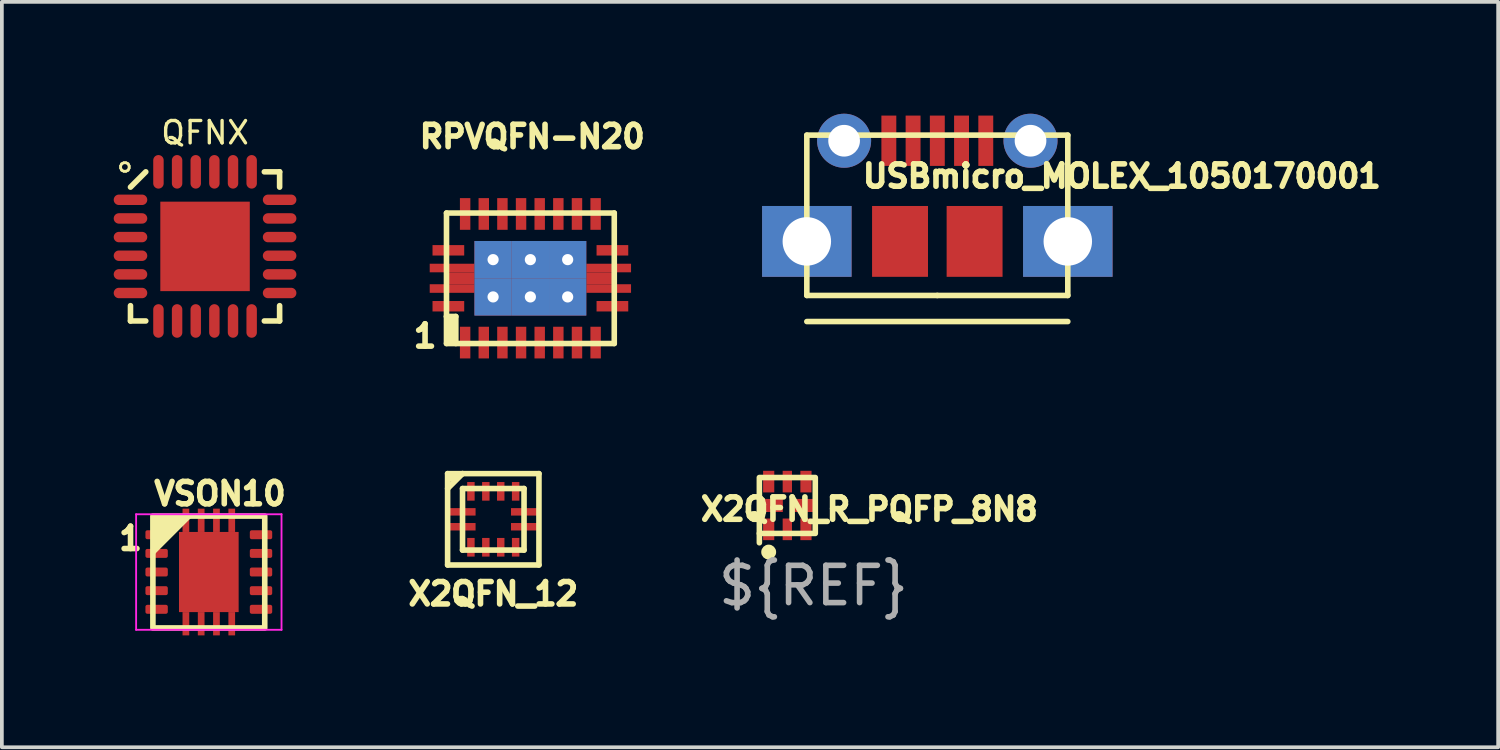
<source format=kicad_pcb>
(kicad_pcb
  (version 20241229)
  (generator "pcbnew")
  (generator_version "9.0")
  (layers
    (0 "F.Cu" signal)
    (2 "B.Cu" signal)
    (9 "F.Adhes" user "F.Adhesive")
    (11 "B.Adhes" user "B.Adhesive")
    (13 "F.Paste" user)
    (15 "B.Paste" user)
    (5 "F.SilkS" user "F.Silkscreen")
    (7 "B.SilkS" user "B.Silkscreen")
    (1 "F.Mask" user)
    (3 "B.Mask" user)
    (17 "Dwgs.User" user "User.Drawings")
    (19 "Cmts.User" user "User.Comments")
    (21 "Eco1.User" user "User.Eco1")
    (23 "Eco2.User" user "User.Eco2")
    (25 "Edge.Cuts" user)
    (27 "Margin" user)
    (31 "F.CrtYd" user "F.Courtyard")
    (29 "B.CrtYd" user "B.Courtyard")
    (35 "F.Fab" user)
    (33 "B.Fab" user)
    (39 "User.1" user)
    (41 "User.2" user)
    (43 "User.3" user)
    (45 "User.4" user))
  (footprint "X2QFN_R_PQFP_8N8"
    (layer "F.Cu")
    (at 18.068 10.508)
    (property "Reference" "X2QFN_R_PQFP_8N8" (at 2.2 0.1 0) (unlocked yes) (layer "F.SilkS") (effects (font (size 0.6 0.6) (thickness 0.15))))
    (fp_line (start -0.75 0.75) (end -0.75 1) (stroke (width 0.15) (type solid)) (layer "F.SilkS"))
    (fp_rect (start -0.75 0.75) (end 0.75 -0.75) (stroke (width 0.15) (type solid)) (fill no) (layer "F.SilkS"))
    (fp_circle (center -0.5 1.25) (end -0.4 1.25) (stroke (width 0.2) (type solid)) (fill no) (layer "F.SilkS"))
    (fp_text user "${REF}" (at 0.7 2.15 0) (unlocked yes) (layer "F.Fab") (effects (font (size 1 1) (thickness 0.15))))
    (pad "1" smd rect (at -0.5 0.64) (size 0.3 0.58) (layers "F.Cu" "F.Mask" "F.Paste"))
    (pad "2" smd rect (at 0 0.64) (size 0.25 0.58) (layers "F.Cu" "F.Mask" "F.Paste"))
    (pad "3" smd rect (at 0.5 0.64) (size 0.3 0.58) (layers "F.Cu" "F.Mask" "F.Paste"))
    (pad "4" smd rect (at 0.435 0) (size 0.63 0.35) (layers "F.Cu" "F.Mask" "F.Paste"))
    (pad "5" smd rect (at 0.5 -0.64) (size 0.3 0.58) (layers "F.Cu" "F.Mask" "F.Paste"))
    (pad "6" smd rect (at 0 -0.64) (size 0.25 0.58) (layers "F.Cu" "F.Mask" "F.Paste"))
    (pad "7" smd rect (at -0.5 -0.64) (size 0.3 0.58) (layers "F.Cu" "F.Mask" "F.Paste"))
    (pad "8" smd rect (at -0.435 0) (size 0.63 0.35) (layers "F.Cu" "F.Mask" "F.Paste")))
  (footprint "X2QFN_12"
    (layer "F.Cu")
    (at 10.181 10.879)
    (property "Reference" "X2QFN_12" (at 0 2 0) (unlocked yes) (layer "F.SilkS") (effects (font (size 0.6 0.6) (thickness 0.15))))
    (attr through_hole)
    (fp_line (start -1.225 -1.225) (end 1.225 -1.225) (stroke (width 0.15) (type solid)) (layer "F.SilkS"))
    (fp_line (start -1.225 -0.825) (end -0.825 -1.225) (stroke (width 0.15) (type solid)) (layer "F.SilkS"))
    (fp_line (start -1.225 1.225) (end -1.225 -1.225) (stroke (width 0.15) (type solid)) (layer "F.SilkS"))
    (fp_line (start -0.825 -1.225) (end -1.175 -1.075) (stroke (width 0.15) (type solid)) (layer "F.SilkS"))
    (fp_line (start -0.825 -0.825) (end 0.825 -0.825) (stroke (width 0.15) (type solid)) (layer "F.SilkS"))
    (fp_line (start -0.825 0.825) (end -0.825 -0.825) (stroke (width 0.15) (type solid)) (layer "F.SilkS"))
    (fp_line (start 0.825 -0.825) (end 0.825 0.825) (stroke (width 0.15) (type solid)) (layer "F.SilkS"))
    (fp_line (start 0.825 0.825) (end -0.825 0.825) (stroke (width 0.15) (type solid)) (layer "F.SilkS"))
    (fp_line (start 1.225 -1.225) (end 1.225 1.225) (stroke (width 0.15) (type solid)) (layer "F.SilkS"))
    (fp_line (start 1.225 1.225) (end -1.225 1.225) (stroke (width 0.15) (type solid)) (layer "F.SilkS"))
    (pad "1" smd rect (at -0.825 -0.2) (size 0.7 0.2) (layers "F.Cu" "F.Mask" "F.Paste"))
    (pad "2" smd rect (at -0.825 0.2) (size 0.7 0.2) (layers "F.Cu" "F.Mask" "F.Paste"))
    (pad "3" smd rect (at -0.6 0.75) (size 0.2 0.5) (layers "F.Cu" "F.Mask" "F.Paste"))
    (pad "4" smd rect (at -0.2 0.75) (size 0.2 0.5) (layers "F.Cu" "F.Mask" "F.Paste"))
    (pad "5" smd rect (at 0.2 0.75) (size 0.2 0.5) (layers "F.Cu" "F.Mask" "F.Paste"))
    (pad "6" smd rect (at 0.6 0.75) (size 0.2 0.5) (layers "F.Cu" "F.Mask" "F.Paste"))
    (pad "7" smd rect (at 0.825 0.2) (size 0.7 0.2) (layers "F.Cu" "F.Mask" "F.Paste"))
    (pad "8" smd rect (at 0.825 -0.2) (size 0.7 0.2) (layers "F.Cu" "F.Mask" "F.Paste"))
    (pad "9" smd rect (at 0.6 -0.75) (size 0.2 0.5) (layers "F.Cu" "F.Mask" "F.Paste"))
    (pad "10" smd rect (at 0.2 -0.75) (size 0.2 0.5) (layers "F.Cu" "F.Mask" "F.Paste"))
    (pad "11" smd rect (at -0.2 -0.75) (size 0.2 0.5) (layers "F.Cu" "F.Mask" "F.Paste"))
    (pad "12" smd rect (at -0.6 -0.75) (size 0.2 0.5) (layers "F.Cu" "F.Mask" "F.Paste")))
  (footprint "USBmicro_MOLEX_1050170001"
    (layer "F.Cu")
    (at 22.091 4.875)
    (property "Reference" "USBmicro_MOLEX_1050170001" (at 4.95 -3.2 0) (layer "F.SilkS") (effects (font (size 0.6 0.6) (thickness 0.15))))
    (attr through_hole)
    (fp_line (start -3.5 -4.3) (end -3.5 0) (stroke (width 0.15) (type solid)) (layer "F.SilkS"))
    (fp_line (start -3.5 0) (end 0 0) (stroke (width 0.15) (type solid)) (layer "F.SilkS"))
    (fp_line (start -3.5 0.7) (end 3.5 0.7) (stroke (width 0.15) (type solid)) (layer "F.SilkS"))
    (fp_line (start 0 0) (end 3.5 0) (stroke (width 0.15) (type solid)) (layer "F.SilkS"))
    (fp_line (start 3.5 -4.3) (end -3.5 -4.3) (stroke (width 0.15) (type solid)) (layer "F.SilkS"))
    (fp_line (start 3.5 0) (end 3.5 -4.3) (stroke (width 0.15) (type solid)) (layer "F.SilkS"))
    (pad "1" smd rect (at -1.3 -4.15) (size 0.4 1.35) (layers "F.Cu" "F.Mask" "F.Paste"))
    (pad "2" smd rect (at -0.65 -4.15) (size 0.4 1.35) (layers "F.Cu" "F.Mask" "F.Paste"))
    (pad "3" smd rect (at 0 -4.15) (size 0.4 1.35) (layers "F.Cu" "F.Mask" "F.Paste"))
    (pad "4" smd rect (at 0.65 -4.15) (size 0.4 1.35) (layers "F.Cu" "F.Mask" "F.Paste"))
    (pad "5" smd rect (at 1.3 -4.15) (size 0.4 1.35) (layers "F.Cu" "F.Mask" "F.Paste"))
    (pad "H1" thru_hole rect (at -3.5 -1.45) (size 2.4 1.9) (drill 1.3) (layers "*.Cu" "*.Mask"))
    (pad "H1" thru_hole circle (at -2.5 -4.15) (size 1.45 1.45) (drill 0.85) (layers "*.Cu" "*.Mask"))
    (pad "H2" smd rect (at -1 -1.45) (size 1.5 1.9) (layers "F.Cu" "F.Mask" "F.Paste"))
    (pad "H3" smd rect (at 1 -1.45) (size 1.5 1.9) (layers "F.Cu" "F.Mask" "F.Paste"))
    (pad "H4" thru_hole circle (at 2.5 -4.15) (size 1.45 1.45) (drill 0.85) (layers "*.Cu" "*.Mask"))
    (pad "H4" thru_hole rect (at 3.5 -1.45) (size 2.4 1.9) (drill 1.3) (layers "*.Cu" "*.Mask")))
  (footprint "QFNX"
    (layer "F.Cu")
    (at 2.45 3.559)
    (property "Reference" "QFNX" (at 0 -3.05 0) (layer "F.SilkS") (effects (font (size 0.6 0.6) (thickness 0.09))))
    (attr smd)
    (fp_line (start -2 -1.59) (end -1.59 -2) (stroke (width 0.15) (type solid)) (layer "F.SilkS"))
    (fp_line (start -2 2) (end -2 1.59) (stroke (width 0.15) (type solid)) (layer "F.SilkS"))
    (fp_line (start -2 2) (end -1.59 2) (stroke (width 0.15) (type solid)) (layer "F.SilkS"))
    (fp_line (start 2 -2) (end 1.59 -2) (stroke (width 0.15) (type solid)) (layer "F.SilkS"))
    (fp_line (start 2 -2) (end 2 -1.59) (stroke (width 0.15) (type solid)) (layer "F.SilkS"))
    (fp_line (start 2 2) (end 1.59 2) (stroke (width 0.15) (type solid)) (layer "F.SilkS"))
    (fp_line (start 2 2) (end 2 1.59) (stroke (width 0.15) (type solid)) (layer "F.SilkS"))
    (fp_text user "○" (at -2.15 -2.15 0) (layer "F.SilkS") (effects (font (size 0.3 0.3) (thickness 0.075))))
    (pad "1" smd oval (at -2 -1.25) (size 0.9 0.28) (layers "F.Cu" "F.Mask" "F.Paste"))
    (pad "2" smd oval (at -2 -0.75) (size 0.9 0.28) (layers "F.Cu" "F.Mask" "F.Paste"))
    (pad "3" smd oval (at -2 -0.25) (size 0.9 0.28) (layers "F.Cu" "F.Mask" "F.Paste"))
    (pad "4" smd oval (at -2 0.25) (size 0.9 0.28) (layers "F.Cu" "F.Mask" "F.Paste"))
    (pad "5" smd oval (at -2 0.75) (size 0.9 0.28) (layers "F.Cu" "F.Mask" "F.Paste"))
    (pad "6" smd oval (at -2 1.25) (size 0.9 0.28) (layers "F.Cu" "F.Mask" "F.Paste"))
    (pad "7" smd oval (at -1.25 2 90) (size 0.9 0.28) (layers "F.Cu" "F.Mask" "F.Paste"))
    (pad "8" smd oval (at -0.75 2 90) (size 0.9 0.28) (layers "F.Cu" "F.Mask" "F.Paste"))
    (pad "9" smd oval (at -0.25 2 90) (size 0.9 0.28) (layers "F.Cu" "F.Mask" "F.Paste"))
    (pad "10" smd oval (at 0.25 2 90) (size 0.9 0.28) (layers "F.Cu" "F.Mask" "F.Paste"))
    (pad "11" smd oval (at 0.75 2 90) (size 0.9 0.28) (layers "F.Cu" "F.Mask" "F.Paste"))
    (pad "12" smd oval (at 1.25 2 90) (size 0.9 0.28) (layers "F.Cu" "F.Mask" "F.Paste"))
    (pad "13" smd oval (at 2 1.25) (size 0.9 0.28) (layers "F.Cu" "F.Mask" "F.Paste"))
    (pad "14" smd oval (at 2 0.75) (size 0.9 0.28) (layers "F.Cu" "F.Mask" "F.Paste"))
    (pad "15" smd oval (at 2 0.25) (size 0.9 0.28) (layers "F.Cu" "F.Mask" "F.Paste"))
    (pad "16" smd oval (at 2 -0.25) (size 0.9 0.28) (layers "F.Cu" "F.Mask" "F.Paste"))
    (pad "17" smd oval (at 2 -0.75) (size 0.9 0.28) (layers "F.Cu" "F.Mask" "F.Paste"))
    (pad "18" smd oval (at 2 -1.25) (size 0.9 0.28) (layers "F.Cu" "F.Mask" "F.Paste"))
    (pad "19" smd oval (at 1.25 -2 90) (size 0.9 0.28) (layers "F.Cu" "F.Mask" "F.Paste"))
    (pad "20" smd oval (at 0.75 -2 90) (size 0.9 0.28) (layers "F.Cu" "F.Mask" "F.Paste"))
    (pad "21" smd oval (at 0.25 -2 90) (size 0.9 0.28) (layers "F.Cu" "F.Mask" "F.Paste"))
    (pad "22" smd oval (at -0.25 -2 90) (size 0.9 0.28) (layers "F.Cu" "F.Mask" "F.Paste"))
    (pad "23" smd oval (at -0.75 -2 90) (size 0.9 0.28) (layers "F.Cu" "F.Mask" "F.Paste"))
    (pad "24" smd oval (at -1.25 -2 90) (size 0.9 0.28) (layers "F.Cu" "F.Mask" "F.Paste"))
    (pad "25" smd rect (at 0 0 90) (size 2.4 2.4) (layers "F.Cu" "F.Mask" "F.Paste")))
  (footprint "VSON10"
    (layer "F.Cu")
    (at 2.551 12.293)
    (property "Reference" "VSON10" (at 0.3 -2.1 180) (layer "F.SilkS") (effects (font (size 0.6 0.6) (thickness 0.15))))
    (attr through_hole)
    (fp_rect (start -1.5 -1.5) (end 1.5 1.5) (stroke (width 0.15) (type solid)) (fill no) (layer "F.SilkS"))
    (fp_poly (pts (xy -1.5 -0.5) (xy -1.5 -1.5) (xy -0.5 -1.5)) (stroke (width 0.1) (type solid)) (fill yes) (layer "F.SilkS"))
    (fp_line (start -1.95 -1.55) (end 1.95 -1.55) (stroke (width 0.05) (type solid)) (layer "F.CrtYd"))
    (fp_line (start -1.95 1.55) (end -1.95 -1.55) (stroke (width 0.05) (type solid)) (layer "F.CrtYd"))
    (fp_line (start 1.95 -1.55) (end 1.95 1.55) (stroke (width 0.05) (type solid)) (layer "F.CrtYd"))
    (fp_line (start 1.95 1.55) (end -1.95 1.55) (stroke (width 0.05) (type solid)) (layer "F.CrtYd"))
    (fp_text user "1" (at -2.1 -0.9 0) (unlocked yes) (layer "F.SilkS") (effects (font (size 0.6 0.6) (thickness 0.15))))
    (pad "1" smd roundrect (at -1.4 -1 270) (size 0.24 0.6) (layers "F.Cu" "F.Mask" "F.Paste") (roundrect_rratio 0.208))
    (pad "2" smd roundrect (at -1.4 -0.5 270) (size 0.24 0.6) (layers "F.Cu" "F.Mask" "F.Paste") (roundrect_rratio 0.208))
    (pad "3" smd roundrect (at -1.4 0 270) (size 0.24 0.6) (layers "F.Cu" "F.Mask" "F.Paste") (roundrect_rratio 0.208))
    (pad "4" smd roundrect (at -1.4 0.5 270) (size 0.24 0.6) (layers "F.Cu" "F.Mask" "F.Paste") (roundrect_rratio 0.208))
    (pad "5" smd roundrect (at -1.4 1 270) (size 0.24 0.6) (layers "F.Cu" "F.Mask" "F.Paste") (roundrect_rratio 0.208))
    (pad "6" smd roundrect (at 1.4 1 270) (size 0.24 0.6) (layers "F.Cu" "F.Mask" "F.Paste") (roundrect_rratio 0.208))
    (pad "7" smd roundrect (at 1.4 0.5 270) (size 0.24 0.6) (layers "F.Cu" "F.Mask" "F.Paste") (roundrect_rratio 0.208))
    (pad "8" smd roundrect (at 1.4 0 270) (size 0.24 0.6) (layers "F.Cu" "F.Mask" "F.Paste") (roundrect_rratio 0.208))
    (pad "9" smd roundrect (at 1.4 -0.5 270) (size 0.24 0.6) (layers "F.Cu" "F.Mask" "F.Paste") (roundrect_rratio 0.208))
    (pad "10" smd roundrect (at 1.4 -1 270) (size 0.24 0.6) (layers "F.Cu" "F.Mask" "F.Paste") (roundrect_rratio 0.208))
    (pad "PAD" smd rect (at -0.615 -1.387) (size 0.18 0.625) (layers "F.Cu" "F.Mask" "F.Paste"))
    (pad "PAD" smd rect (at -0.615 1.387) (size 0.18 0.625) (layers "F.Cu" "F.Mask" "F.Paste"))
    (pad "PAD" smd rect (at -0.205 -1.387) (size 0.18 0.625) (layers "F.Cu" "F.Mask" "F.Paste"))
    (pad "PAD" smd rect (at -0.205 1.387) (size 0.18 0.625) (layers "F.Cu" "F.Mask" "F.Paste"))
    (pad "PAD" smd rect (at 0 0) (size 1.6 2.15) (layers "F.Cu" "F.Mask" "F.Paste"))
    (pad "PAD" smd rect (at 0.205 -1.387) (size 0.18 0.625) (layers "F.Cu" "F.Mask" "F.Paste"))
    (pad "PAD" smd rect (at 0.205 1.387) (size 0.18 0.625) (layers "F.Cu" "F.Mask" "F.Paste"))
    (pad "PAD" smd rect (at 0.615 -1.387) (size 0.18 0.625) (layers "F.Cu" "F.Mask" "F.Paste"))
    (pad "PAD" smd rect (at 0.615 1.387) (size 0.18 0.625) (layers "F.Cu" "F.Mask" "F.Paste")))
  (footprint "RPVQFN-N20"
    (layer "F.Cu")
    (at 11.176 4.414)
    (property "Reference" "RPVQFN-N20" (at 0.05 -3.8 0) (layer "F.SilkS") (effects (font (size 0.6 0.6) (thickness 0.15))))
    (attr through_hole)
    (fp_line (start -2.25 -1.75) (end 2.25 -1.75) (stroke (width 0.15) (type solid)) (layer "F.SilkS"))
    (fp_line (start -2.25 1.025) (end -2.125 1.075) (stroke (width 0.15) (type solid)) (layer "F.SilkS"))
    (fp_line (start -2.25 1.75) (end -2.25 -1.75) (stroke (width 0.15) (type solid)) (layer "F.SilkS"))
    (fp_line (start -2.125 1.075) (end -2.125 1.675) (stroke (width 0.15) (type solid)) (layer "F.SilkS"))
    (fp_line (start -2 1.025) (end -2.25 1.025) (stroke (width 0.15) (type solid)) (layer "F.SilkS"))
    (fp_line (start -2 1.75) (end -2 1.025) (stroke (width 0.15) (type solid)) (layer "F.SilkS"))
    (fp_line (start 2.25 -1.75) (end 2.25 1.75) (stroke (width 0.15) (type solid)) (layer "F.SilkS"))
    (fp_line (start 2.25 1.75) (end -2.25 1.75) (stroke (width 0.15) (type solid)) (layer "F.SilkS"))
    (fp_text user "1" (at -2.825 1.55 0) (layer "F.SilkS") (effects (font (size 0.6 0.6) (thickness 0.15))))
    (pad "1" smd rect (at -2.2 0.75) (size 0.85 0.28) (layers "F.Cu" "F.Mask" "F.Paste"))
    (pad "2" smd rect (at -1.75 1.725 90) (size 0.85 0.28) (layers "F.Cu" "F.Mask" "F.Paste"))
    (pad "3" smd rect (at -1.25 1.725 90) (size 0.85 0.28) (layers "F.Cu" "F.Mask" "F.Paste"))
    (pad "4" smd rect (at -0.75 1.725 90) (size 0.85 0.28) (layers "F.Cu" "F.Mask" "F.Paste"))
    (pad "5" smd rect (at -0.25 1.725 90) (size 0.85 0.28) (layers "F.Cu" "F.Mask" "F.Paste"))
    (pad "6" smd rect (at 0.25 1.725 90) (size 0.85 0.28) (layers "F.Cu" "F.Mask" "F.Paste"))
    (pad "7" smd rect (at 0.75 1.725 90) (size 0.85 0.28) (layers "F.Cu" "F.Mask" "F.Paste"))
    (pad "8" smd rect (at 1.25 1.725 90) (size 0.85 0.28) (layers "F.Cu" "F.Mask" "F.Paste"))
    (pad "9" smd rect (at 1.75 1.725 90) (size 0.85 0.28) (layers "F.Cu" "F.Mask" "F.Paste"))
    (pad "10" smd rect (at 2.2 0.75) (size 0.85 0.28) (layers "F.Cu" "F.Mask" "F.Paste"))
    (pad "11" smd rect (at 2.2 -0.75) (size 0.85 0.28) (layers "F.Cu" "F.Mask" "F.Paste"))
    (pad "12" smd rect (at 1.75 -1.725 90) (size 0.85 0.28) (layers "F.Cu" "F.Mask" "F.Paste"))
    (pad "13" smd rect (at 1.25 -1.725 90) (size 0.85 0.28) (layers "F.Cu" "F.Mask" "F.Paste"))
    (pad "14" smd rect (at 0.75 -1.725 90) (size 0.85 0.28) (layers "F.Cu" "F.Mask" "F.Paste"))
    (pad "15" smd rect (at 0.25 -1.725 90) (size 0.85 0.28) (layers "F.Cu" "F.Mask" "F.Paste"))
    (pad "16" smd rect (at -0.25 -1.725 90) (size 0.85 0.28) (layers "F.Cu" "F.Mask" "F.Paste"))
    (pad "17" smd rect (at -0.75 -1.725 90) (size 0.85 0.28) (layers "F.Cu" "F.Mask" "F.Paste"))
    (pad "18" smd rect (at -1.25 -1.725 90) (size 0.85 0.28) (layers "F.Cu" "F.Mask" "F.Paste"))
    (pad "19" smd rect (at -1.75 -1.725 90) (size 0.85 0.28) (layers "F.Cu" "F.Mask" "F.Paste"))
    (pad "20" smd rect (at -2.2 -0.75) (size 0.85 0.28) (layers "F.Cu" "F.Mask" "F.Paste"))
    (pad "PAD" smd rect (at -2.1 -0.275) (size 1.2 0.23) (layers "F.Cu" "F.Mask" "F.Paste"))
    (pad "PAD" smd rect (at -2.1 0.275) (size 1.2 0.23) (layers "F.Cu" "F.Mask" "F.Paste"))
    (pad "PAD" smd rect (at -1.9 0) (size 0.8 0.32) (layers "F.Cu" "F.Mask" "F.Paste"))
    (pad "PAD" thru_hole rect (at -1 -0.5) (size 1 1) (drill 0.3) (layers "*.Cu" "F.Mask"))
    (pad "PAD" thru_hole rect (at -1 0.5) (size 1 1) (drill 0.3) (layers "*.Cu" "F.Mask"))
    (pad "PAD" thru_hole rect (at 0 -0.5) (size 1 1) (drill 0.3) (layers "*.Cu" "F.Mask"))
    (pad "PAD" thru_hole rect (at 0 0.5) (size 1 1) (drill 0.3) (layers "*.Cu" "F.Mask"))
    (pad "PAD" thru_hole rect (at 1 -0.5) (size 1 1) (drill 0.3) (layers "*.Cu" "F.Mask"))
    (pad "PAD" thru_hole rect (at 1 0.5) (size 1 1) (drill 0.3) (layers "*.Cu" "F.Mask"))
    (pad "PAD" smd rect (at 1.9 0) (size 0.8 0.32) (layers "F.Cu" "F.Mask" "F.Paste"))
    (pad "PAD" smd rect (at 2.1 -0.275) (size 1.2 0.23) (layers "F.Cu" "F.Mask" "F.Paste"))
    (pad "PAD" smd rect (at 2.1 0.275) (size 1.2 0.23) (layers "F.Cu" "F.Mask" "F.Paste")))
  (gr_rect
    (start -3 -3)
    (end 37.134 16.993)
    (stroke (width 0.1) (type default))
    (fill no)
    (layer "Edge.Cuts")))
</source>
